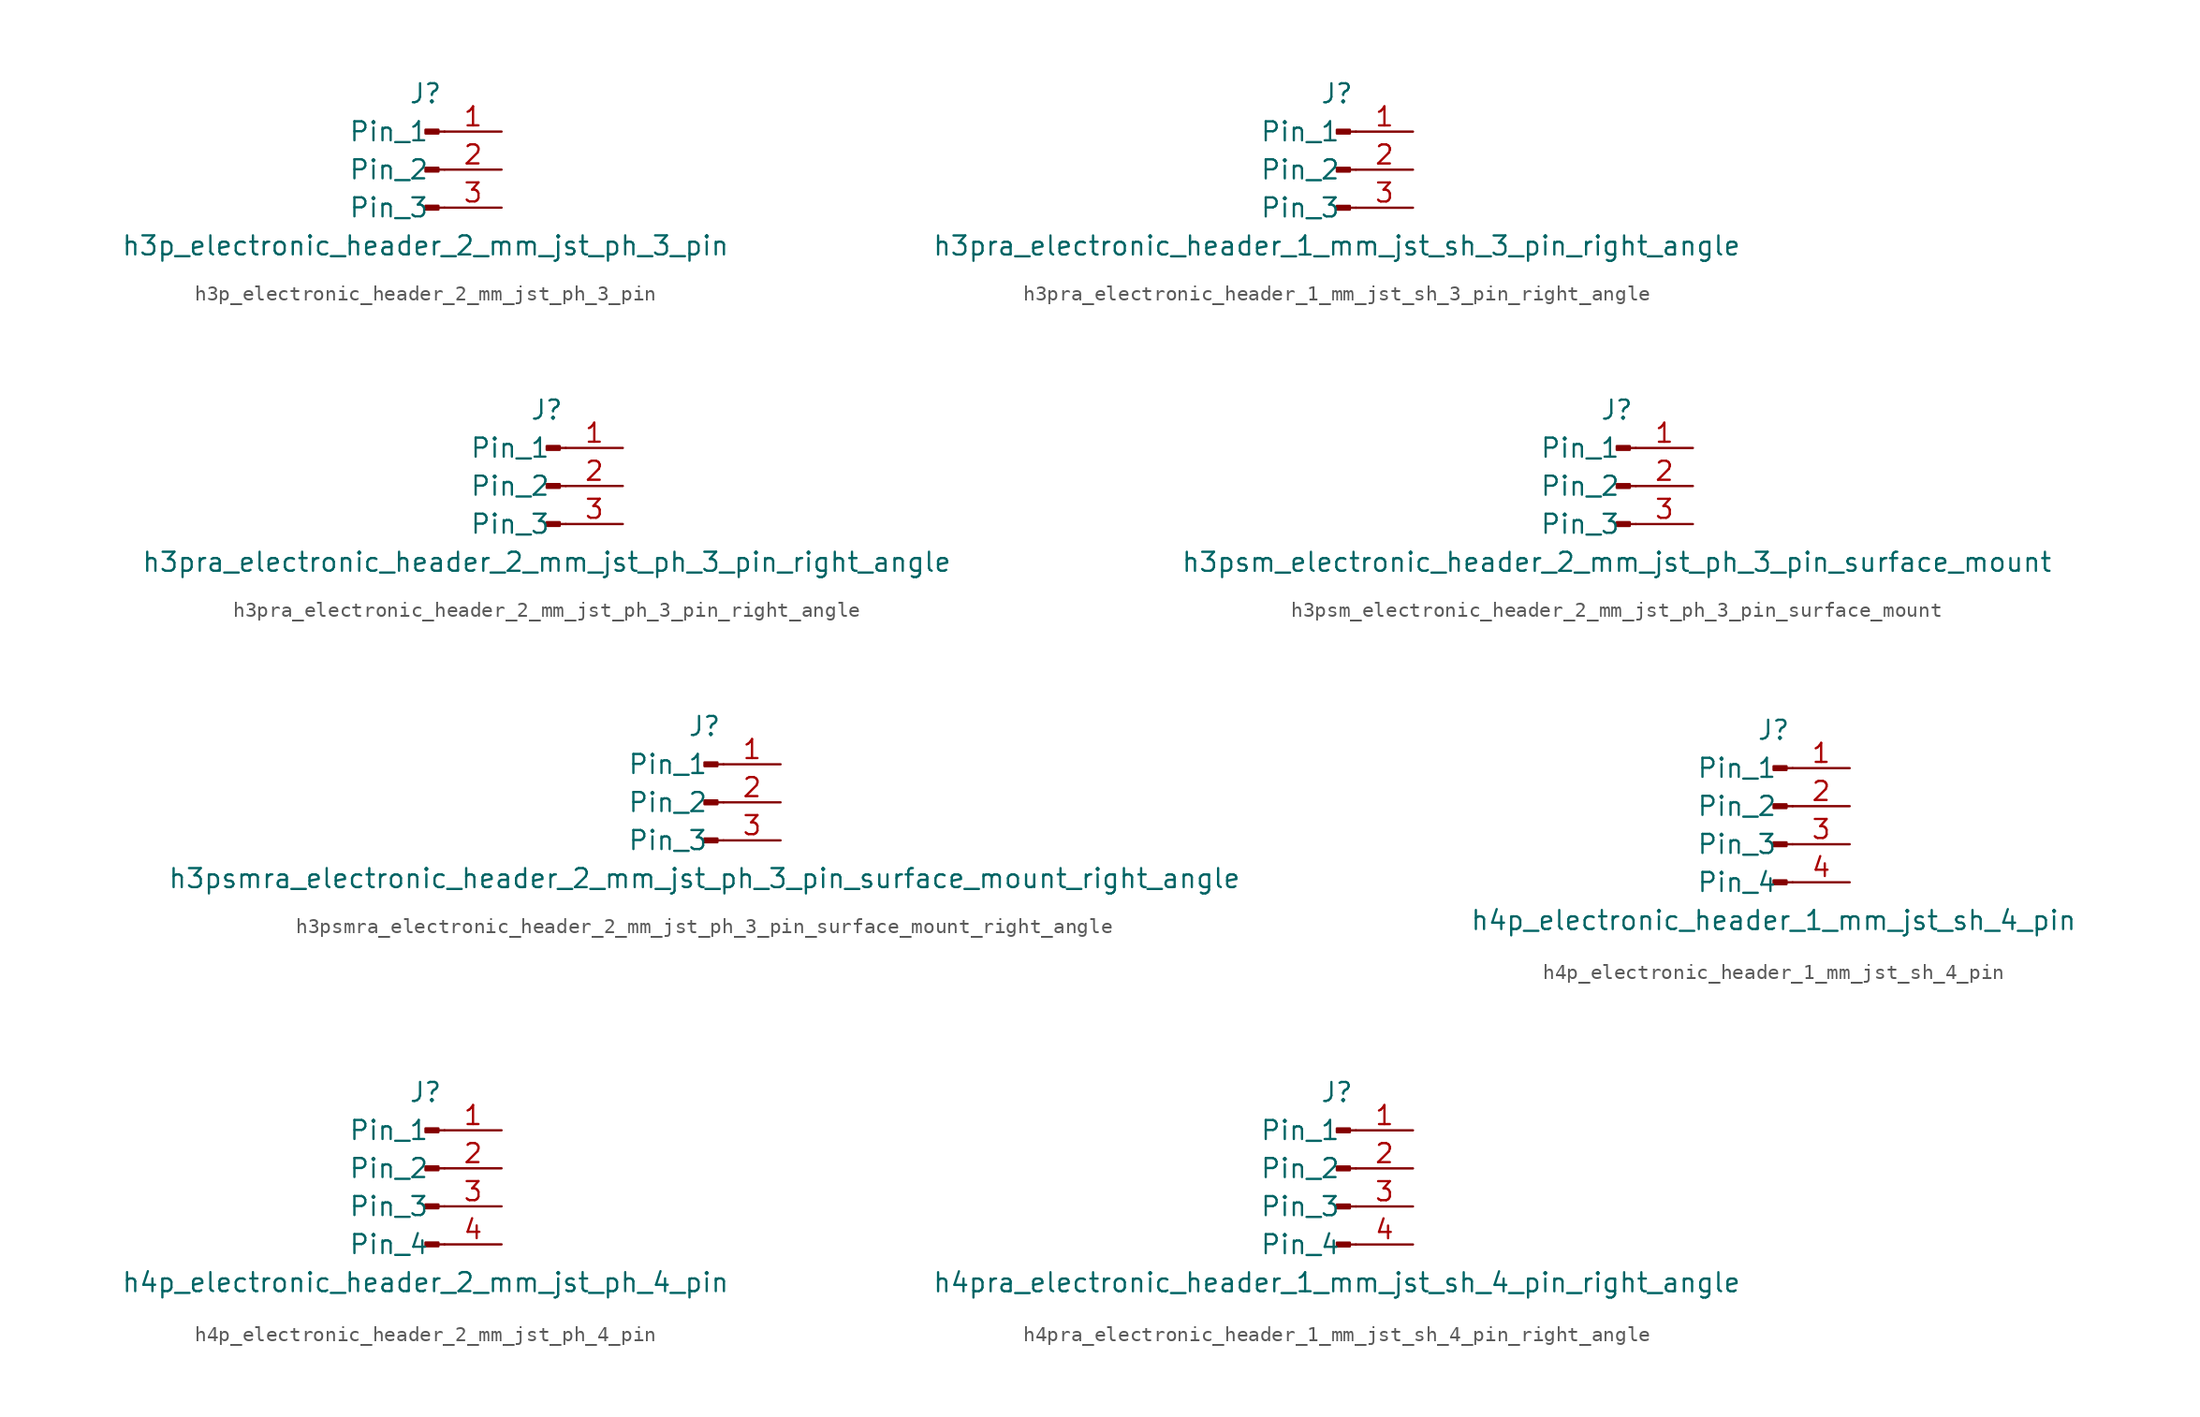
<source format=kicad_sym>
(kicad_symbol_lib
  (version 20220914)
  (generator kicad_symbol_editor)
  (symbol "h3p_electronic_header_2_mm_jst_ph_3_pin"
    (pin_names
      (offset 1.016))
    (property "Reference" "J"
      (at 0 5.08 0)
      (effects (font (size 1.27 1.27))))
    (property "Value" "h3p_electronic_header_2_mm_jst_ph_3_pin"
      (at 0 -5.08 0)
      (effects (font (size 1.27 1.27))))
    (property "ki_locked" ""
      (at 0 0 0)
      (effects (font (size 1.27 1.27))))
    (symbol "h3p_electronic_header_2_mm_jst_ph_3_pin_1_1"
      (polyline (pts (xy 1.27 -2.54) (xy 0.864 -2.54)) (stroke (width 0.152) (type default)) (fill (type none)))
      (polyline (pts (xy 1.27 0) (xy 0.864 0)) (stroke (width 0.152) (type default)) (fill (type none)))
      (polyline (pts (xy 1.27 2.54) (xy 0.864 2.54)) (stroke (width 0.152) (type default)) (fill (type none)))
      (rectangle (start 0.864 -2.413) (end 0 -2.667) (stroke (width 0.152) (type default)) (fill (type outline)))
      (rectangle (start 0.864 0.127) (end 0 -0.127) (stroke (width 0.152) (type default)) (fill (type outline)))
      (rectangle (start 0.864 2.667) (end 0 2.413) (stroke (width 0.152) (type default)) (fill (type outline)))
      (pin passive line (at 5.08 2.54 180) (length 3.81) (name "Pin_1" (effects (font (size 1.27 1.27)))) (number "1" (effects (font (size 1.27 1.27)))))
      (pin passive line (at 5.08 0 180) (length 3.81) (name "Pin_2" (effects (font (size 1.27 1.27)))) (number "2" (effects (font (size 1.27 1.27)))))
      (pin passive line (at 5.08 -2.54 180) (length 3.81) (name "Pin_3" (effects (font (size 1.27 1.27)))) (number "3" (effects (font (size 1.27 1.27)))))))
  (symbol "h3pra_electronic_header_1_mm_jst_sh_3_pin_right_angle"
    (pin_names
      (offset 1.016))
    (property "Reference" "J"
      (at 0 5.08 0)
      (effects (font (size 1.27 1.27))))
    (property "Value" "h3pra_electronic_header_1_mm_jst_sh_3_pin_right_angle"
      (at 0 -5.08 0)
      (effects (font (size 1.27 1.27))))
    (property "ki_locked" ""
      (at 0 0 0)
      (effects (font (size 1.27 1.27))))
    (symbol "h3pra_electronic_header_1_mm_jst_sh_3_pin_right_angle_1_1"
      (polyline (pts (xy 1.27 -2.54) (xy 0.864 -2.54)) (stroke (width 0.152) (type default)) (fill (type none)))
      (polyline (pts (xy 1.27 0) (xy 0.864 0)) (stroke (width 0.152) (type default)) (fill (type none)))
      (polyline (pts (xy 1.27 2.54) (xy 0.864 2.54)) (stroke (width 0.152) (type default)) (fill (type none)))
      (rectangle (start 0.864 -2.413) (end 0 -2.667) (stroke (width 0.152) (type default)) (fill (type outline)))
      (rectangle (start 0.864 0.127) (end 0 -0.127) (stroke (width 0.152) (type default)) (fill (type outline)))
      (rectangle (start 0.864 2.667) (end 0 2.413) (stroke (width 0.152) (type default)) (fill (type outline)))
      (pin passive line (at 5.08 2.54 180) (length 3.81) (name "Pin_1" (effects (font (size 1.27 1.27)))) (number "1" (effects (font (size 1.27 1.27)))))
      (pin passive line (at 5.08 0 180) (length 3.81) (name "Pin_2" (effects (font (size 1.27 1.27)))) (number "2" (effects (font (size 1.27 1.27)))))
      (pin passive line (at 5.08 -2.54 180) (length 3.81) (name "Pin_3" (effects (font (size 1.27 1.27)))) (number "3" (effects (font (size 1.27 1.27)))))))
  (symbol "h3pra_electronic_header_2_mm_jst_ph_3_pin_right_angle"
    (pin_names
      (offset 1.016))
    (property "Reference" "J"
      (at 0 5.08 0)
      (effects (font (size 1.27 1.27))))
    (property "Value" "h3pra_electronic_header_2_mm_jst_ph_3_pin_right_angle"
      (at 0 -5.08 0)
      (effects (font (size 1.27 1.27))))
    (property "ki_locked" ""
      (at 0 0 0)
      (effects (font (size 1.27 1.27))))
    (symbol "h3pra_electronic_header_2_mm_jst_ph_3_pin_right_angle_1_1"
      (polyline (pts (xy 1.27 -2.54) (xy 0.864 -2.54)) (stroke (width 0.152) (type default)) (fill (type none)))
      (polyline (pts (xy 1.27 0) (xy 0.864 0)) (stroke (width 0.152) (type default)) (fill (type none)))
      (polyline (pts (xy 1.27 2.54) (xy 0.864 2.54)) (stroke (width 0.152) (type default)) (fill (type none)))
      (rectangle (start 0.864 -2.413) (end 0 -2.667) (stroke (width 0.152) (type default)) (fill (type outline)))
      (rectangle (start 0.864 0.127) (end 0 -0.127) (stroke (width 0.152) (type default)) (fill (type outline)))
      (rectangle (start 0.864 2.667) (end 0 2.413) (stroke (width 0.152) (type default)) (fill (type outline)))
      (pin passive line (at 5.08 2.54 180) (length 3.81) (name "Pin_1" (effects (font (size 1.27 1.27)))) (number "1" (effects (font (size 1.27 1.27)))))
      (pin passive line (at 5.08 0 180) (length 3.81) (name "Pin_2" (effects (font (size 1.27 1.27)))) (number "2" (effects (font (size 1.27 1.27)))))
      (pin passive line (at 5.08 -2.54 180) (length 3.81) (name "Pin_3" (effects (font (size 1.27 1.27)))) (number "3" (effects (font (size 1.27 1.27)))))))
  (symbol "h3psm_electronic_header_2_mm_jst_ph_3_pin_surface_mount"
    (pin_names
      (offset 1.016))
    (property "Reference" "J"
      (at 0 5.08 0)
      (effects (font (size 1.27 1.27))))
    (property "Value" "h3psm_electronic_header_2_mm_jst_ph_3_pin_surface_mount"
      (at 0 -5.08 0)
      (effects (font (size 1.27 1.27))))
    (property "ki_locked" ""
      (at 0 0 0)
      (effects (font (size 1.27 1.27))))
    (symbol "h3psm_electronic_header_2_mm_jst_ph_3_pin_surface_mount_1_1"
      (polyline (pts (xy 1.27 -2.54) (xy 0.864 -2.54)) (stroke (width 0.152) (type default)) (fill (type none)))
      (polyline (pts (xy 1.27 0) (xy 0.864 0)) (stroke (width 0.152) (type default)) (fill (type none)))
      (polyline (pts (xy 1.27 2.54) (xy 0.864 2.54)) (stroke (width 0.152) (type default)) (fill (type none)))
      (rectangle (start 0.864 -2.413) (end 0 -2.667) (stroke (width 0.152) (type default)) (fill (type outline)))
      (rectangle (start 0.864 0.127) (end 0 -0.127) (stroke (width 0.152) (type default)) (fill (type outline)))
      (rectangle (start 0.864 2.667) (end 0 2.413) (stroke (width 0.152) (type default)) (fill (type outline)))
      (pin passive line (at 5.08 2.54 180) (length 3.81) (name "Pin_1" (effects (font (size 1.27 1.27)))) (number "1" (effects (font (size 1.27 1.27)))))
      (pin passive line (at 5.08 0 180) (length 3.81) (name "Pin_2" (effects (font (size 1.27 1.27)))) (number "2" (effects (font (size 1.27 1.27)))))
      (pin passive line (at 5.08 -2.54 180) (length 3.81) (name "Pin_3" (effects (font (size 1.27 1.27)))) (number "3" (effects (font (size 1.27 1.27)))))))
  (symbol "h3psmra_electronic_header_2_mm_jst_ph_3_pin_surface_mount_right_angle"
    (pin_names
      (offset 1.016))
    (property "Reference" "J"
      (at 0 5.08 0)
      (effects (font (size 1.27 1.27))))
    (property "Value" "h3psmra_electronic_header_2_mm_jst_ph_3_pin_surface_mount_right_angle"
      (at 0 -5.08 0)
      (effects (font (size 1.27 1.27))))
    (property "ki_locked" ""
      (at 0 0 0)
      (effects (font (size 1.27 1.27))))
    (symbol "h3psmra_electronic_header_2_mm_jst_ph_3_pin_surface_mount_right_angle_1_1"
      (polyline (pts (xy 1.27 -2.54) (xy 0.864 -2.54)) (stroke (width 0.152) (type default)) (fill (type none)))
      (polyline (pts (xy 1.27 0) (xy 0.864 0)) (stroke (width 0.152) (type default)) (fill (type none)))
      (polyline (pts (xy 1.27 2.54) (xy 0.864 2.54)) (stroke (width 0.152) (type default)) (fill (type none)))
      (rectangle (start 0.864 -2.413) (end 0 -2.667) (stroke (width 0.152) (type default)) (fill (type outline)))
      (rectangle (start 0.864 0.127) (end 0 -0.127) (stroke (width 0.152) (type default)) (fill (type outline)))
      (rectangle (start 0.864 2.667) (end 0 2.413) (stroke (width 0.152) (type default)) (fill (type outline)))
      (pin passive line (at 5.08 2.54 180) (length 3.81) (name "Pin_1" (effects (font (size 1.27 1.27)))) (number "1" (effects (font (size 1.27 1.27)))))
      (pin passive line (at 5.08 0 180) (length 3.81) (name "Pin_2" (effects (font (size 1.27 1.27)))) (number "2" (effects (font (size 1.27 1.27)))))
      (pin passive line (at 5.08 -2.54 180) (length 3.81) (name "Pin_3" (effects (font (size 1.27 1.27)))) (number "3" (effects (font (size 1.27 1.27)))))))
  (symbol "h4p_electronic_header_1_mm_jst_sh_4_pin"
    (pin_names
      (offset 1.016))
    (property "Reference" "J"
      (at 0 5.08 0)
      (effects (font (size 1.27 1.27))))
    (property "Value" "h4p_electronic_header_1_mm_jst_sh_4_pin"
      (at 0 -7.62 0)
      (effects (font (size 1.27 1.27))))
    (property "ki_locked" ""
      (at 0 0 0)
      (effects (font (size 1.27 1.27))))
    (symbol "h4p_electronic_header_1_mm_jst_sh_4_pin_1_1"
      (polyline (pts (xy 1.27 -5.08) (xy 0.864 -5.08)) (stroke (width 0.152) (type default)) (fill (type none)))
      (polyline (pts (xy 1.27 -2.54) (xy 0.864 -2.54)) (stroke (width 0.152) (type default)) (fill (type none)))
      (polyline (pts (xy 1.27 0) (xy 0.864 0)) (stroke (width 0.152) (type default)) (fill (type none)))
      (polyline (pts (xy 1.27 2.54) (xy 0.864 2.54)) (stroke (width 0.152) (type default)) (fill (type none)))
      (rectangle (start 0.864 -4.953) (end 0 -5.207) (stroke (width 0.152) (type default)) (fill (type outline)))
      (rectangle (start 0.864 -2.413) (end 0 -2.667) (stroke (width 0.152) (type default)) (fill (type outline)))
      (rectangle (start 0.864 0.127) (end 0 -0.127) (stroke (width 0.152) (type default)) (fill (type outline)))
      (rectangle (start 0.864 2.667) (end 0 2.413) (stroke (width 0.152) (type default)) (fill (type outline)))
      (pin passive line (at 5.08 2.54 180) (length 3.81) (name "Pin_1" (effects (font (size 1.27 1.27)))) (number "1" (effects (font (size 1.27 1.27)))))
      (pin passive line (at 5.08 0 180) (length 3.81) (name "Pin_2" (effects (font (size 1.27 1.27)))) (number "2" (effects (font (size 1.27 1.27)))))
      (pin passive line (at 5.08 -2.54 180) (length 3.81) (name "Pin_3" (effects (font (size 1.27 1.27)))) (number "3" (effects (font (size 1.27 1.27)))))
      (pin passive line (at 5.08 -5.08 180) (length 3.81) (name "Pin_4" (effects (font (size 1.27 1.27)))) (number "4" (effects (font (size 1.27 1.27)))))))
  (symbol "h4p_electronic_header_2_mm_jst_ph_4_pin"
    (pin_names
      (offset 1.016))
    (property "Reference" "J"
      (at 0 5.08 0)
      (effects (font (size 1.27 1.27))))
    (property "Value" "h4p_electronic_header_2_mm_jst_ph_4_pin"
      (at 0 -7.62 0)
      (effects (font (size 1.27 1.27))))
    (property "ki_locked" ""
      (at 0 0 0)
      (effects (font (size 1.27 1.27))))
    (symbol "h4p_electronic_header_2_mm_jst_ph_4_pin_1_1"
      (polyline (pts (xy 1.27 -5.08) (xy 0.864 -5.08)) (stroke (width 0.152) (type default)) (fill (type none)))
      (polyline (pts (xy 1.27 -2.54) (xy 0.864 -2.54)) (stroke (width 0.152) (type default)) (fill (type none)))
      (polyline (pts (xy 1.27 0) (xy 0.864 0)) (stroke (width 0.152) (type default)) (fill (type none)))
      (polyline (pts (xy 1.27 2.54) (xy 0.864 2.54)) (stroke (width 0.152) (type default)) (fill (type none)))
      (rectangle (start 0.864 -4.953) (end 0 -5.207) (stroke (width 0.152) (type default)) (fill (type outline)))
      (rectangle (start 0.864 -2.413) (end 0 -2.667) (stroke (width 0.152) (type default)) (fill (type outline)))
      (rectangle (start 0.864 0.127) (end 0 -0.127) (stroke (width 0.152) (type default)) (fill (type outline)))
      (rectangle (start 0.864 2.667) (end 0 2.413) (stroke (width 0.152) (type default)) (fill (type outline)))
      (pin passive line (at 5.08 2.54 180) (length 3.81) (name "Pin_1" (effects (font (size 1.27 1.27)))) (number "1" (effects (font (size 1.27 1.27)))))
      (pin passive line (at 5.08 0 180) (length 3.81) (name "Pin_2" (effects (font (size 1.27 1.27)))) (number "2" (effects (font (size 1.27 1.27)))))
      (pin passive line (at 5.08 -2.54 180) (length 3.81) (name "Pin_3" (effects (font (size 1.27 1.27)))) (number "3" (effects (font (size 1.27 1.27)))))
      (pin passive line (at 5.08 -5.08 180) (length 3.81) (name "Pin_4" (effects (font (size 1.27 1.27)))) (number "4" (effects (font (size 1.27 1.27)))))))
  (symbol "h4pra_electronic_header_1_mm_jst_sh_4_pin_right_angle"
    (pin_names
      (offset 1.016))
    (property "Reference" "J"
      (at 0 5.08 0)
      (effects (font (size 1.27 1.27))))
    (property "Value" "h4pra_electronic_header_1_mm_jst_sh_4_pin_right_angle"
      (at 0 -7.62 0)
      (effects (font (size 1.27 1.27))))
    (property "ki_locked" ""
      (at 0 0 0)
      (effects (font (size 1.27 1.27))))
    (symbol "h4pra_electronic_header_1_mm_jst_sh_4_pin_right_angle_1_1"
      (polyline (pts (xy 1.27 -5.08) (xy 0.864 -5.08)) (stroke (width 0.152) (type default)) (fill (type none)))
      (polyline (pts (xy 1.27 -2.54) (xy 0.864 -2.54)) (stroke (width 0.152) (type default)) (fill (type none)))
      (polyline (pts (xy 1.27 0) (xy 0.864 0)) (stroke (width 0.152) (type default)) (fill (type none)))
      (polyline (pts (xy 1.27 2.54) (xy 0.864 2.54)) (stroke (width 0.152) (type default)) (fill (type none)))
      (rectangle (start 0.864 -4.953) (end 0 -5.207) (stroke (width 0.152) (type default)) (fill (type outline)))
      (rectangle (start 0.864 -2.413) (end 0 -2.667) (stroke (width 0.152) (type default)) (fill (type outline)))
      (rectangle (start 0.864 0.127) (end 0 -0.127) (stroke (width 0.152) (type default)) (fill (type outline)))
      (rectangle (start 0.864 2.667) (end 0 2.413) (stroke (width 0.152) (type default)) (fill (type outline)))
      (pin passive line (at 5.08 2.54 180) (length 3.81) (name "Pin_1" (effects (font (size 1.27 1.27)))) (number "1" (effects (font (size 1.27 1.27)))))
      (pin passive line (at 5.08 0 180) (length 3.81) (name "Pin_2" (effects (font (size 1.27 1.27)))) (number "2" (effects (font (size 1.27 1.27)))))
      (pin passive line (at 5.08 -2.54 180) (length 3.81) (name "Pin_3" (effects (font (size 1.27 1.27)))) (number "3" (effects (font (size 1.27 1.27)))))
      (pin passive line (at 5.08 -5.08 180) (length 3.81) (name "Pin_4" (effects (font (size 1.27 1.27)))) (number "4" (effects (font (size 1.27 1.27))))))))
</source>
